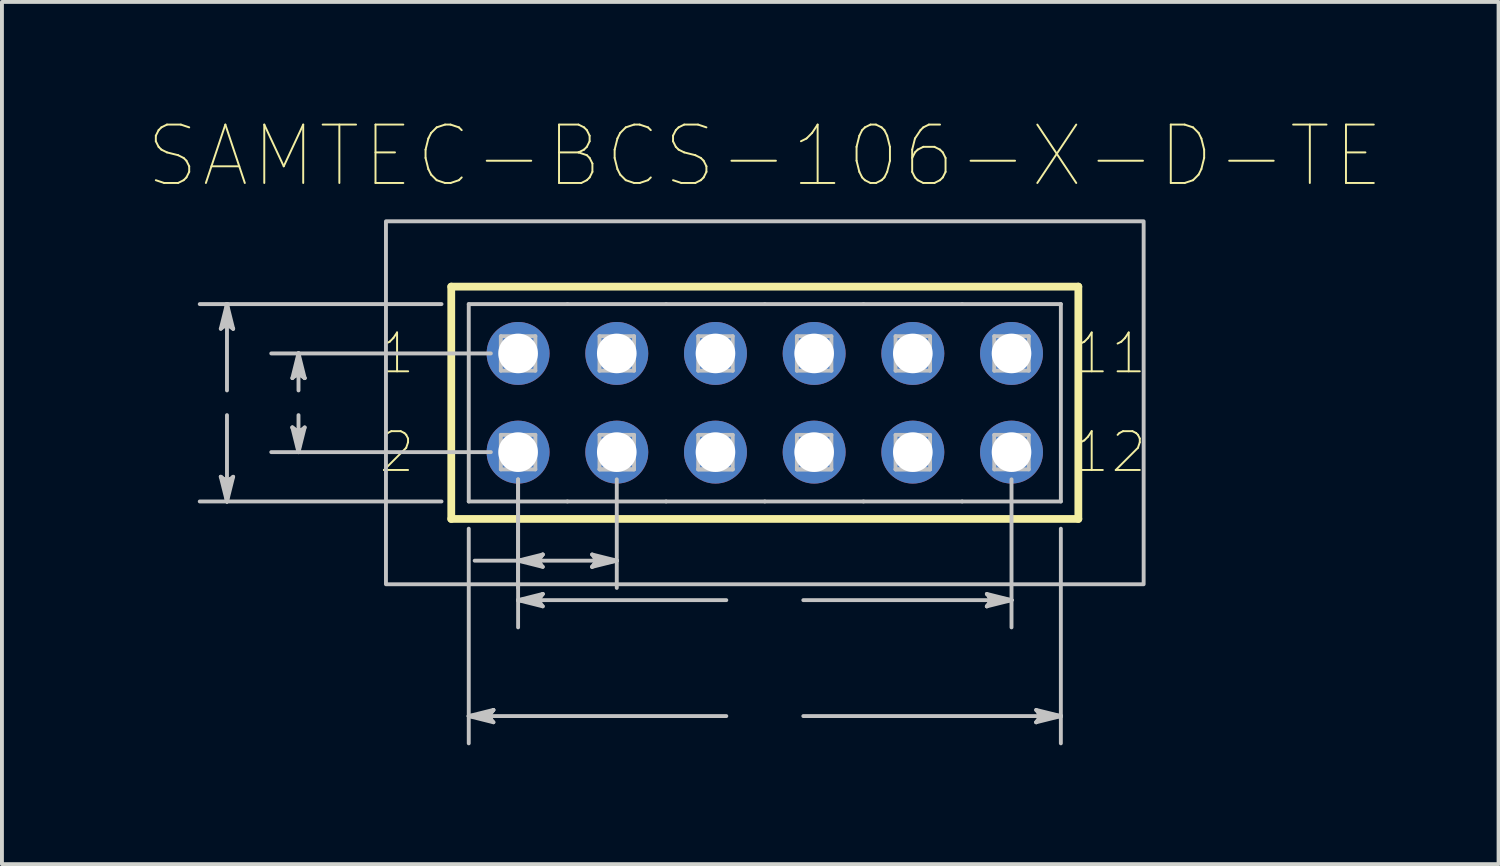
<source format=kicad_pcb>
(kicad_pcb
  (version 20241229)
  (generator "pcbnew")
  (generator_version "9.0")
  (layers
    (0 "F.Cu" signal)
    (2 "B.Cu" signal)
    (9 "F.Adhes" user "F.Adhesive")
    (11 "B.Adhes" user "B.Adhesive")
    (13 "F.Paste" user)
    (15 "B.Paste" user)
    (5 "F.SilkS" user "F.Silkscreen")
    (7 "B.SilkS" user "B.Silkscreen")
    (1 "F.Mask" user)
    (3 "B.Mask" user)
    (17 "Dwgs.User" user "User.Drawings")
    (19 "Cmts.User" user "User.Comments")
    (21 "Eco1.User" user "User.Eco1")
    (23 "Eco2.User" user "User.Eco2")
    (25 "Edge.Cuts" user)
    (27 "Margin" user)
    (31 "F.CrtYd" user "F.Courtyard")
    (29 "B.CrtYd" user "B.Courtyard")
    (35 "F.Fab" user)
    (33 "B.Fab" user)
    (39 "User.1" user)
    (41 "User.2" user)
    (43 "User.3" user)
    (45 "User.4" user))
  (footprint "SAMTEC-BCS-106-X-D-TE"
    (layer "F.Cu")
    (at 16.635 7.317)
    (property "Reference" "SAMTEC-BCS-106-X-D-TE" (at 0 -6.35 0) (layer "F.SilkS") (effects (font (size 1.503 1.503) (thickness 0.05))))
    (attr through_hole)
    (fp_circle (center -6.35 -1.27) (end -5.489 -1.27) (stroke (width 0) (type solid)) (fill yes) (layer "F.Mask"))
    (fp_circle (center -6.35 1.27) (end -5.489 1.27) (stroke (width 0) (type solid)) (fill yes) (layer "F.Mask"))
    (fp_circle (center -3.81 -1.27) (end -2.949 -1.27) (stroke (width 0) (type solid)) (fill yes) (layer "F.Mask"))
    (fp_circle (center -3.81 1.27) (end -2.949 1.27) (stroke (width 0) (type solid)) (fill yes) (layer "F.Mask"))
    (fp_circle (center -1.27 -1.27) (end -0.409 -1.27) (stroke (width 0) (type solid)) (fill yes) (layer "F.Mask"))
    (fp_circle (center -1.27 1.27) (end -0.409 1.27) (stroke (width 0) (type solid)) (fill yes) (layer "F.Mask"))
    (fp_circle (center 1.27 -1.27) (end 2.131 -1.27) (stroke (width 0) (type solid)) (fill yes) (layer "F.Mask"))
    (fp_circle (center 1.27 1.27) (end 2.131 1.27) (stroke (width 0) (type solid)) (fill yes) (layer "F.Mask"))
    (fp_circle (center 3.81 -1.27) (end 4.671 -1.27) (stroke (width 0) (type solid)) (fill yes) (layer "F.Mask"))
    (fp_circle (center 3.81 1.27) (end 4.671 1.27) (stroke (width 0) (type solid)) (fill yes) (layer "F.Mask"))
    (fp_circle (center 6.35 -1.27) (end 7.211 -1.27) (stroke (width 0) (type solid)) (fill yes) (layer "F.Mask"))
    (fp_circle (center 6.35 1.27) (end 7.211 1.27) (stroke (width 0) (type solid)) (fill yes) (layer "F.Mask"))
    (fp_circle (center -6.35 -1.27) (end -5.489 -1.27) (stroke (width 0) (type solid)) (fill yes) (layer "B.Mask"))
    (fp_circle (center -6.35 1.27) (end -5.489 1.27) (stroke (width 0) (type solid)) (fill yes) (layer "B.Mask"))
    (fp_circle (center -3.81 -1.27) (end -2.949 -1.27) (stroke (width 0) (type solid)) (fill yes) (layer "B.Mask"))
    (fp_circle (center -3.81 1.27) (end -2.949 1.27) (stroke (width 0) (type solid)) (fill yes) (layer "B.Mask"))
    (fp_circle (center -1.27 -1.27) (end -0.409 -1.27) (stroke (width 0) (type solid)) (fill yes) (layer "B.Mask"))
    (fp_circle (center -1.27 1.27) (end -0.409 1.27) (stroke (width 0) (type solid)) (fill yes) (layer "B.Mask"))
    (fp_circle (center 1.27 -1.27) (end 2.131 -1.27) (stroke (width 0) (type solid)) (fill yes) (layer "B.Mask"))
    (fp_circle (center 1.27 1.27) (end 2.131 1.27) (stroke (width 0) (type solid)) (fill yes) (layer "B.Mask"))
    (fp_circle (center 3.81 -1.27) (end 4.671 -1.27) (stroke (width 0) (type solid)) (fill yes) (layer "B.Mask"))
    (fp_circle (center 3.81 1.27) (end 4.671 1.27) (stroke (width 0) (type solid)) (fill yes) (layer "B.Mask"))
    (fp_circle (center 6.35 -1.27) (end 7.211 -1.27) (stroke (width 0) (type solid)) (fill yes) (layer "B.Mask"))
    (fp_circle (center 6.35 1.27) (end 7.211 1.27) (stroke (width 0) (type solid)) (fill yes) (layer "B.Mask"))
    (fp_line (start -8.07 -2.99) (end -8.07 2.99) (stroke (width 0.2) (type solid)) (layer "F.SilkS"))
    (fp_line (start -8.07 2.99) (end 8.07 2.99) (stroke (width 0.2) (type solid)) (layer "F.SilkS"))
    (fp_line (start 8.07 -2.99) (end -8.07 -2.99) (stroke (width 0.2) (type solid)) (layer "F.SilkS"))
    (fp_line (start 8.07 2.99) (end 8.07 -2.99) (stroke (width 0.2) (type solid)) (layer "F.SilkS"))
    (fp_line (start -14.002 -1.905) (end -13.843 -2.032) (stroke (width 0.1) (type solid)) (layer "Dwgs.User"))
    (fp_line (start -14.002 1.905) (end -13.843 2.54) (stroke (width 0.1) (type solid)) (layer "Dwgs.User"))
    (fp_line (start -13.922 -1.968) (end -13.843 -2.032) (stroke (width 0.1) (type solid)) (layer "Dwgs.User"))
    (fp_line (start -13.922 1.968) (end -14.002 1.905) (stroke (width 0.1) (type solid)) (layer "Dwgs.User"))
    (fp_line (start -13.843 -2.54) (end -14.002 -1.905) (stroke (width 0.1) (type solid)) (layer "Dwgs.User"))
    (fp_line (start -13.843 -2.54) (end -13.922 -1.968) (stroke (width 0.1) (type solid)) (layer "Dwgs.User"))
    (fp_line (start -13.843 -2.54) (end -13.764 -1.968) (stroke (width 0.1) (type solid)) (layer "Dwgs.User"))
    (fp_line (start -13.843 -2.032) (end -13.843 -2.54) (stroke (width 0.1) (type solid)) (layer "Dwgs.User"))
    (fp_line (start -13.843 -2.032) (end -13.684 -1.905) (stroke (width 0.1) (type solid)) (layer "Dwgs.User"))
    (fp_line (start -13.843 -0.318) (end -13.843 -2.54) (stroke (width 0.1) (type solid)) (layer "Dwgs.User"))
    (fp_line (start -13.843 0.318) (end -13.843 2.54) (stroke (width 0.1) (type solid)) (layer "Dwgs.User"))
    (fp_line (start -13.843 2.032) (end -14.002 1.905) (stroke (width 0.1) (type solid)) (layer "Dwgs.User"))
    (fp_line (start -13.843 2.032) (end -13.843 2.54) (stroke (width 0.1) (type solid)) (layer "Dwgs.User"))
    (fp_line (start -13.843 2.54) (end -13.922 1.968) (stroke (width 0.1) (type solid)) (layer "Dwgs.User"))
    (fp_line (start -13.843 2.54) (end -13.764 1.968) (stroke (width 0.1) (type solid)) (layer "Dwgs.User"))
    (fp_line (start -13.843 2.54) (end -13.684 1.905) (stroke (width 0.1) (type solid)) (layer "Dwgs.User"))
    (fp_line (start -13.764 -1.968) (end -13.684 -1.905) (stroke (width 0.1) (type solid)) (layer "Dwgs.User"))
    (fp_line (start -13.764 1.968) (end -13.843 2.032) (stroke (width 0.1) (type solid)) (layer "Dwgs.User"))
    (fp_line (start -13.684 -1.905) (end -13.843 -2.54) (stroke (width 0.1) (type solid)) (layer "Dwgs.User"))
    (fp_line (start -13.684 1.905) (end -13.843 2.032) (stroke (width 0.1) (type solid)) (layer "Dwgs.User"))
    (fp_line (start -12.16 -0.635) (end -12.002 -0.762) (stroke (width 0.1) (type solid)) (layer "Dwgs.User"))
    (fp_line (start -12.16 0.635) (end -12.002 1.27) (stroke (width 0.1) (type solid)) (layer "Dwgs.User"))
    (fp_line (start -12.081 -0.698) (end -12.002 -0.762) (stroke (width 0.1) (type solid)) (layer "Dwgs.User"))
    (fp_line (start -12.081 0.698) (end -12.16 0.635) (stroke (width 0.1) (type solid)) (layer "Dwgs.User"))
    (fp_line (start -12.002 -1.27) (end -12.16 -0.635) (stroke (width 0.1) (type solid)) (layer "Dwgs.User"))
    (fp_line (start -12.002 -1.27) (end -12.081 -0.698) (stroke (width 0.1) (type solid)) (layer "Dwgs.User"))
    (fp_line (start -12.002 -1.27) (end -11.922 -0.698) (stroke (width 0.1) (type solid)) (layer "Dwgs.User"))
    (fp_line (start -12.002 -0.762) (end -12.002 -1.27) (stroke (width 0.1) (type solid)) (layer "Dwgs.User"))
    (fp_line (start -12.002 -0.762) (end -11.843 -0.635) (stroke (width 0.1) (type solid)) (layer "Dwgs.User"))
    (fp_line (start -12.002 -0.318) (end -12.002 -1.27) (stroke (width 0.1) (type solid)) (layer "Dwgs.User"))
    (fp_line (start -12.002 0.318) (end -12.002 1.27) (stroke (width 0.1) (type solid)) (layer "Dwgs.User"))
    (fp_line (start -12.002 0.762) (end -12.16 0.635) (stroke (width 0.1) (type solid)) (layer "Dwgs.User"))
    (fp_line (start -12.002 0.762) (end -12.002 1.27) (stroke (width 0.1) (type solid)) (layer "Dwgs.User"))
    (fp_line (start -12.002 1.27) (end -12.081 0.698) (stroke (width 0.1) (type solid)) (layer "Dwgs.User"))
    (fp_line (start -12.002 1.27) (end -11.922 0.698) (stroke (width 0.1) (type solid)) (layer "Dwgs.User"))
    (fp_line (start -12.002 1.27) (end -11.843 0.635) (stroke (width 0.1) (type solid)) (layer "Dwgs.User"))
    (fp_line (start -11.922 -0.698) (end -11.843 -0.635) (stroke (width 0.1) (type solid)) (layer "Dwgs.User"))
    (fp_line (start -11.922 0.698) (end -12.002 0.762) (stroke (width 0.1) (type solid)) (layer "Dwgs.User"))
    (fp_line (start -11.843 -0.635) (end -12.002 -1.27) (stroke (width 0.1) (type solid)) (layer "Dwgs.User"))
    (fp_line (start -11.843 0.635) (end -12.002 0.762) (stroke (width 0.1) (type solid)) (layer "Dwgs.User"))
    (fp_line (start -8.321 -2.54) (end -14.544 -2.54) (stroke (width 0.1) (type solid)) (layer "Dwgs.User"))
    (fp_line (start -8.321 2.54) (end -14.544 2.54) (stroke (width 0.1) (type solid)) (layer "Dwgs.User"))
    (fp_line (start -7.62 -2.54) (end -5.08 -2.54) (stroke (width 0.1) (type solid)) (layer "Dwgs.User"))
    (fp_line (start -7.62 2.54) (end -7.62 -2.54) (stroke (width 0.1) (type solid)) (layer "Dwgs.User"))
    (fp_line (start -7.62 3.241) (end -7.62 8.766) (stroke (width 0.1) (type solid)) (layer "Dwgs.User"))
    (fp_line (start -7.62 8.064) (end -7.048 7.985) (stroke (width 0.1) (type solid)) (layer "Dwgs.User"))
    (fp_line (start -7.62 8.064) (end -7.048 8.144) (stroke (width 0.1) (type solid)) (layer "Dwgs.User"))
    (fp_line (start -7.62 8.064) (end -6.985 8.223) (stroke (width 0.1) (type solid)) (layer "Dwgs.User"))
    (fp_line (start -7.468 4.064) (end -6.35 4.064) (stroke (width 0.1) (type solid)) (layer "Dwgs.User"))
    (fp_line (start -7.112 8.064) (end -7.62 8.064) (stroke (width 0.1) (type solid)) (layer "Dwgs.User"))
    (fp_line (start -7.112 8.064) (end -6.985 7.906) (stroke (width 0.1) (type solid)) (layer "Dwgs.User"))
    (fp_line (start -7.051 -1.27) (end -12.703 -1.27) (stroke (width 0.1) (type solid)) (layer "Dwgs.User"))
    (fp_line (start -7.051 1.27) (end -12.703 1.27) (stroke (width 0.1) (type solid)) (layer "Dwgs.User"))
    (fp_line (start -7.048 7.985) (end -6.985 7.906) (stroke (width 0.1) (type solid)) (layer "Dwgs.User"))
    (fp_line (start -7.048 8.144) (end -7.112 8.064) (stroke (width 0.1) (type solid)) (layer "Dwgs.User"))
    (fp_line (start -6.985 7.906) (end -7.62 8.064) (stroke (width 0.1) (type solid)) (layer "Dwgs.User"))
    (fp_line (start -6.985 8.223) (end -7.112 8.064) (stroke (width 0.1) (type solid)) (layer "Dwgs.User"))
    (fp_line (start -6.794 -1.714) (end -5.906 -1.714) (stroke (width 0.1) (type solid)) (layer "Dwgs.User"))
    (fp_line (start -6.794 -0.826) (end -6.794 -1.714) (stroke (width 0.1) (type solid)) (layer "Dwgs.User"))
    (fp_line (start -6.794 0.826) (end -6.794 1.714) (stroke (width 0.1) (type solid)) (layer "Dwgs.User"))
    (fp_line (start -6.794 1.714) (end -5.906 1.714) (stroke (width 0.1) (type solid)) (layer "Dwgs.User"))
    (fp_line (start -6.35 1.971) (end -6.35 4.765) (stroke (width 0.1) (type solid)) (layer "Dwgs.User"))
    (fp_line (start -6.35 1.971) (end -6.35 5.781) (stroke (width 0.1) (type solid)) (layer "Dwgs.User"))
    (fp_line (start -6.35 4.064) (end -5.778 3.985) (stroke (width 0.1) (type solid)) (layer "Dwgs.User"))
    (fp_line (start -6.35 4.064) (end -5.778 4.143) (stroke (width 0.1) (type solid)) (layer "Dwgs.User"))
    (fp_line (start -6.35 4.064) (end -5.715 4.223) (stroke (width 0.1) (type solid)) (layer "Dwgs.User"))
    (fp_line (start -6.35 4.064) (end -3.81 4.064) (stroke (width 0.1) (type solid)) (layer "Dwgs.User"))
    (fp_line (start -6.35 5.08) (end -5.778 5.001) (stroke (width 0.1) (type solid)) (layer "Dwgs.User"))
    (fp_line (start -6.35 5.08) (end -5.778 5.159) (stroke (width 0.1) (type solid)) (layer "Dwgs.User"))
    (fp_line (start -6.35 5.08) (end -5.715 5.239) (stroke (width 0.1) (type solid)) (layer "Dwgs.User"))
    (fp_line (start -5.906 -1.714) (end -5.906 -0.826) (stroke (width 0.1) (type solid)) (layer "Dwgs.User"))
    (fp_line (start -5.906 -0.826) (end -6.794 -0.826) (stroke (width 0.1) (type solid)) (layer "Dwgs.User"))
    (fp_line (start -5.906 0.826) (end -6.794 0.826) (stroke (width 0.1) (type solid)) (layer "Dwgs.User"))
    (fp_line (start -5.906 1.714) (end -5.906 0.826) (stroke (width 0.1) (type solid)) (layer "Dwgs.User"))
    (fp_line (start -5.842 4.064) (end -6.35 4.064) (stroke (width 0.1) (type solid)) (layer "Dwgs.User"))
    (fp_line (start -5.842 4.064) (end -5.715 3.905) (stroke (width 0.1) (type solid)) (layer "Dwgs.User"))
    (fp_line (start -5.842 5.08) (end -6.35 5.08) (stroke (width 0.1) (type solid)) (layer "Dwgs.User"))
    (fp_line (start -5.842 5.08) (end -5.715 4.921) (stroke (width 0.1) (type solid)) (layer "Dwgs.User"))
    (fp_line (start -5.778 3.985) (end -5.715 3.905) (stroke (width 0.1) (type solid)) (layer "Dwgs.User"))
    (fp_line (start -5.778 4.143) (end -5.842 4.064) (stroke (width 0.1) (type solid)) (layer "Dwgs.User"))
    (fp_line (start -5.778 5.001) (end -5.715 4.921) (stroke (width 0.1) (type solid)) (layer "Dwgs.User"))
    (fp_line (start -5.778 5.159) (end -5.842 5.08) (stroke (width 0.1) (type solid)) (layer "Dwgs.User"))
    (fp_line (start -5.715 3.905) (end -6.35 4.064) (stroke (width 0.1) (type solid)) (layer "Dwgs.User"))
    (fp_line (start -5.715 4.223) (end -5.842 4.064) (stroke (width 0.1) (type solid)) (layer "Dwgs.User"))
    (fp_line (start -5.715 4.921) (end -6.35 5.08) (stroke (width 0.1) (type solid)) (layer "Dwgs.User"))
    (fp_line (start -5.715 5.239) (end -5.842 5.08) (stroke (width 0.1) (type solid)) (layer "Dwgs.User"))
    (fp_line (start -5.08 2.54) (end -7.62 2.54) (stroke (width 0.1) (type solid)) (layer "Dwgs.User"))
    (fp_line (start -5.08 2.54) (end -2.54 2.54) (stroke (width 0.1) (type solid)) (layer "Dwgs.User"))
    (fp_line (start -4.445 3.905) (end -4.318 4.064) (stroke (width 0.1) (type solid)) (layer "Dwgs.User"))
    (fp_line (start -4.445 4.223) (end -3.81 4.064) (stroke (width 0.1) (type solid)) (layer "Dwgs.User"))
    (fp_line (start -4.382 3.985) (end -4.318 4.064) (stroke (width 0.1) (type solid)) (layer "Dwgs.User"))
    (fp_line (start -4.382 4.143) (end -4.445 4.223) (stroke (width 0.1) (type solid)) (layer "Dwgs.User"))
    (fp_line (start -4.318 4.064) (end -4.445 4.223) (stroke (width 0.1) (type solid)) (layer "Dwgs.User"))
    (fp_line (start -4.318 4.064) (end -3.81 4.064) (stroke (width 0.1) (type solid)) (layer "Dwgs.User"))
    (fp_line (start -4.254 -1.714) (end -4.254 -0.826) (stroke (width 0.1) (type solid)) (layer "Dwgs.User"))
    (fp_line (start -4.254 -0.826) (end -3.366 -0.826) (stroke (width 0.1) (type solid)) (layer "Dwgs.User"))
    (fp_line (start -4.254 0.826) (end -4.254 1.714) (stroke (width 0.1) (type solid)) (layer "Dwgs.User"))
    (fp_line (start -4.254 1.714) (end -3.366 1.714) (stroke (width 0.1) (type solid)) (layer "Dwgs.User"))
    (fp_line (start -3.81 1.971) (end -3.81 4.765) (stroke (width 0.1) (type solid)) (layer "Dwgs.User"))
    (fp_line (start -3.81 4.064) (end -4.445 3.905) (stroke (width 0.1) (type solid)) (layer "Dwgs.User"))
    (fp_line (start -3.81 4.064) (end -4.382 3.985) (stroke (width 0.1) (type solid)) (layer "Dwgs.User"))
    (fp_line (start -3.81 4.064) (end -4.382 4.143) (stroke (width 0.1) (type solid)) (layer "Dwgs.User"))
    (fp_line (start -3.366 -1.714) (end -4.254 -1.714) (stroke (width 0.1) (type solid)) (layer "Dwgs.User"))
    (fp_line (start -3.366 -0.826) (end -3.366 -1.714) (stroke (width 0.1) (type solid)) (layer "Dwgs.User"))
    (fp_line (start -3.366 0.826) (end -4.254 0.826) (stroke (width 0.1) (type solid)) (layer "Dwgs.User"))
    (fp_line (start -3.366 1.714) (end -4.254 1.714) (stroke (width 0.1) (type solid)) (layer "Dwgs.User"))
    (fp_line (start -3.366 1.714) (end -3.366 0.826) (stroke (width 0.1) (type solid)) (layer "Dwgs.User"))
    (fp_line (start -2.54 -2.54) (end -5.08 -2.54) (stroke (width 0.1) (type solid)) (layer "Dwgs.User"))
    (fp_line (start -2.54 2.54) (end 0 2.54) (stroke (width 0.1) (type solid)) (layer "Dwgs.User"))
    (fp_line (start -1.714 -1.714) (end -1.714 -0.826) (stroke (width 0.1) (type solid)) (layer "Dwgs.User"))
    (fp_line (start -1.714 -0.826) (end -0.826 -0.826) (stroke (width 0.1) (type solid)) (layer "Dwgs.User"))
    (fp_line (start -1.714 0.826) (end -1.714 1.714) (stroke (width 0.1) (type solid)) (layer "Dwgs.User"))
    (fp_line (start -1.714 1.714) (end -0.826 1.714) (stroke (width 0.1) (type solid)) (layer "Dwgs.User"))
    (fp_line (start -0.991 5.08) (end -6.35 5.08) (stroke (width 0.1) (type solid)) (layer "Dwgs.User"))
    (fp_line (start -0.991 8.064) (end -7.62 8.064) (stroke (width 0.1) (type solid)) (layer "Dwgs.User"))
    (fp_line (start -0.826 -1.714) (end -1.714 -1.714) (stroke (width 0.1) (type solid)) (layer "Dwgs.User"))
    (fp_line (start -0.826 -0.826) (end -0.826 -1.714) (stroke (width 0.1) (type solid)) (layer "Dwgs.User"))
    (fp_line (start -0.826 0.826) (end -1.714 0.826) (stroke (width 0.1) (type solid)) (layer "Dwgs.User"))
    (fp_line (start -0.826 1.714) (end -1.714 1.714) (stroke (width 0.1) (type solid)) (layer "Dwgs.User"))
    (fp_line (start -0.826 1.714) (end -0.826 0.826) (stroke (width 0.1) (type solid)) (layer "Dwgs.User"))
    (fp_line (start 0 -2.54) (end -2.54 -2.54) (stroke (width 0.1) (type solid)) (layer "Dwgs.User"))
    (fp_line (start 0 2.54) (end 2.54 2.54) (stroke (width 0.1) (type solid)) (layer "Dwgs.User"))
    (fp_line (start 0.826 -1.714) (end 0.826 -0.826) (stroke (width 0.1) (type solid)) (layer "Dwgs.User"))
    (fp_line (start 0.826 -0.826) (end 1.714 -0.826) (stroke (width 0.1) (type solid)) (layer "Dwgs.User"))
    (fp_line (start 0.826 0.826) (end 0.826 1.714) (stroke (width 0.1) (type solid)) (layer "Dwgs.User"))
    (fp_line (start 0.826 1.714) (end 1.714 1.714) (stroke (width 0.1) (type solid)) (layer "Dwgs.User"))
    (fp_line (start 0.991 5.08) (end 6.35 5.08) (stroke (width 0.1) (type solid)) (layer "Dwgs.User"))
    (fp_line (start 0.991 8.064) (end 7.62 8.064) (stroke (width 0.1) (type solid)) (layer "Dwgs.User"))
    (fp_line (start 1.714 -1.714) (end 0.826 -1.714) (stroke (width 0.1) (type solid)) (layer "Dwgs.User"))
    (fp_line (start 1.714 -0.826) (end 1.714 -1.714) (stroke (width 0.1) (type solid)) (layer "Dwgs.User"))
    (fp_line (start 1.714 0.826) (end 0.826 0.826) (stroke (width 0.1) (type solid)) (layer "Dwgs.User"))
    (fp_line (start 1.714 1.714) (end 0.826 1.714) (stroke (width 0.1) (type solid)) (layer "Dwgs.User"))
    (fp_line (start 1.714 1.714) (end 1.714 0.826) (stroke (width 0.1) (type solid)) (layer "Dwgs.User"))
    (fp_line (start 2.54 -2.54) (end 0 -2.54) (stroke (width 0.1) (type solid)) (layer "Dwgs.User"))
    (fp_line (start 2.54 2.54) (end 5.08 2.54) (stroke (width 0.1) (type solid)) (layer "Dwgs.User"))
    (fp_line (start 3.366 -1.714) (end 3.366 -0.826) (stroke (width 0.1) (type solid)) (layer "Dwgs.User"))
    (fp_line (start 3.366 -0.826) (end 4.254 -0.826) (stroke (width 0.1) (type solid)) (layer "Dwgs.User"))
    (fp_line (start 3.366 0.826) (end 3.366 1.714) (stroke (width 0.1) (type solid)) (layer "Dwgs.User"))
    (fp_line (start 3.366 1.714) (end 4.254 1.714) (stroke (width 0.1) (type solid)) (layer "Dwgs.User"))
    (fp_line (start 4.254 -1.714) (end 3.366 -1.714) (stroke (width 0.1) (type solid)) (layer "Dwgs.User"))
    (fp_line (start 4.254 -0.826) (end 4.254 -1.714) (stroke (width 0.1) (type solid)) (layer "Dwgs.User"))
    (fp_line (start 4.254 0.826) (end 3.366 0.826) (stroke (width 0.1) (type solid)) (layer "Dwgs.User"))
    (fp_line (start 4.254 1.714) (end 3.366 1.714) (stroke (width 0.1) (type solid)) (layer "Dwgs.User"))
    (fp_line (start 4.254 1.714) (end 4.254 0.826) (stroke (width 0.1) (type solid)) (layer "Dwgs.User"))
    (fp_line (start 5.08 -2.54) (end 2.54 -2.54) (stroke (width 0.1) (type solid)) (layer "Dwgs.User"))
    (fp_line (start 5.08 2.54) (end 7.62 2.54) (stroke (width 0.1) (type solid)) (layer "Dwgs.User"))
    (fp_line (start 5.715 4.921) (end 5.842 5.08) (stroke (width 0.1) (type solid)) (layer "Dwgs.User"))
    (fp_line (start 5.715 5.239) (end 6.35 5.08) (stroke (width 0.1) (type solid)) (layer "Dwgs.User"))
    (fp_line (start 5.778 5.001) (end 5.842 5.08) (stroke (width 0.1) (type solid)) (layer "Dwgs.User"))
    (fp_line (start 5.778 5.159) (end 5.715 5.239) (stroke (width 0.1) (type solid)) (layer "Dwgs.User"))
    (fp_line (start 5.842 5.08) (end 5.715 5.239) (stroke (width 0.1) (type solid)) (layer "Dwgs.User"))
    (fp_line (start 5.842 5.08) (end 6.35 5.08) (stroke (width 0.1) (type solid)) (layer "Dwgs.User"))
    (fp_line (start 5.906 -1.714) (end 5.906 -0.826) (stroke (width 0.1) (type solid)) (layer "Dwgs.User"))
    (fp_line (start 5.906 -0.826) (end 6.794 -0.826) (stroke (width 0.1) (type solid)) (layer "Dwgs.User"))
    (fp_line (start 5.906 0.826) (end 5.906 1.714) (stroke (width 0.1) (type solid)) (layer "Dwgs.User"))
    (fp_line (start 5.906 1.714) (end 6.794 1.714) (stroke (width 0.1) (type solid)) (layer "Dwgs.User"))
    (fp_line (start 6.35 1.971) (end 6.35 5.781) (stroke (width 0.1) (type solid)) (layer "Dwgs.User"))
    (fp_line (start 6.35 5.08) (end 5.715 4.921) (stroke (width 0.1) (type solid)) (layer "Dwgs.User"))
    (fp_line (start 6.35 5.08) (end 5.778 5.001) (stroke (width 0.1) (type solid)) (layer "Dwgs.User"))
    (fp_line (start 6.35 5.08) (end 5.778 5.159) (stroke (width 0.1) (type solid)) (layer "Dwgs.User"))
    (fp_line (start 6.794 -1.714) (end 5.906 -1.714) (stroke (width 0.1) (type solid)) (layer "Dwgs.User"))
    (fp_line (start 6.794 -0.826) (end 6.794 -1.714) (stroke (width 0.1) (type solid)) (layer "Dwgs.User"))
    (fp_line (start 6.794 0.826) (end 5.906 0.826) (stroke (width 0.1) (type solid)) (layer "Dwgs.User"))
    (fp_line (start 6.794 1.714) (end 6.794 0.826) (stroke (width 0.1) (type solid)) (layer "Dwgs.User"))
    (fp_line (start 6.985 7.906) (end 7.112 8.064) (stroke (width 0.1) (type solid)) (layer "Dwgs.User"))
    (fp_line (start 6.985 8.223) (end 7.62 8.064) (stroke (width 0.1) (type solid)) (layer "Dwgs.User"))
    (fp_line (start 7.048 7.985) (end 7.112 8.064) (stroke (width 0.1) (type solid)) (layer "Dwgs.User"))
    (fp_line (start 7.048 8.144) (end 6.985 8.223) (stroke (width 0.1) (type solid)) (layer "Dwgs.User"))
    (fp_line (start 7.112 8.064) (end 6.985 8.223) (stroke (width 0.1) (type solid)) (layer "Dwgs.User"))
    (fp_line (start 7.112 8.064) (end 7.62 8.064) (stroke (width 0.1) (type solid)) (layer "Dwgs.User"))
    (fp_line (start 7.62 -2.54) (end 5.08 -2.54) (stroke (width 0.1) (type solid)) (layer "Dwgs.User"))
    (fp_line (start 7.62 2.54) (end 7.62 -2.54) (stroke (width 0.1) (type solid)) (layer "Dwgs.User"))
    (fp_line (start 7.62 3.241) (end 7.62 8.766) (stroke (width 0.1) (type solid)) (layer "Dwgs.User"))
    (fp_line (start 7.62 8.064) (end 6.985 7.906) (stroke (width 0.1) (type solid)) (layer "Dwgs.User"))
    (fp_line (start 7.62 8.064) (end 7.048 7.985) (stroke (width 0.1) (type solid)) (layer "Dwgs.User"))
    (fp_line (start 7.62 8.064) (end 7.048 8.144) (stroke (width 0.1) (type solid)) (layer "Dwgs.User"))
    (fp_poly (pts (xy -9.751 4.671) (xy -9.751 -4.671) (xy 9.751 -4.671) (xy 9.751 4.671) (xy -9.751 4.671)) (stroke (width 0.1) (type solid)) (fill no) (layer "Dwgs.User"))
    (fp_poly (pts (xy -7.67 2.59) (xy -7.67 -2.59) (xy 7.67 -2.59) (xy 7.67 2.59) (xy -7.67 2.59)) (stroke (width 0.1) (type solid)) (fill no) (layer "Eco1.User"))
    (fp_text user "11" (at 8.89 -1.27 0) (layer "F.SilkS") (effects (font (size 1 1) (thickness 0.05))))
    (fp_text user "1" (at -9.465 -1.27 0) (layer "F.SilkS") (effects (font (size 1 1) (thickness 0.05))))
    (fp_text user "12" (at 8.89 1.27 0) (layer "F.SilkS") (effects (font (size 1 1) (thickness 0.05))))
    (fp_text user "2" (at -9.468 1.27 0) (layer "F.SilkS") (effects (font (size 1 1) (thickness 0.05))))
    (fp_text user "15.240" (at -0.801 8.202 0) (layer "Edge.Cuts") (effects (font (size 1 1) (thickness 0.05))))
    (fp_text user "1" (at -9.456 -1.27 0) (layer "Edge.Cuts") (effects (font (size 1 1) (thickness 0.05))))
    (fp_text user "12" (at 8.89 1.27 0) (layer "Edge.Cuts") (effects (font (size 1 1) (thickness 0.05))))
    (fp_text user "5.080" (at -14.517 0.127 0) (layer "Edge.Cuts") (effects (font (size 1 1) (thickness 0.05))))
    (fp_text user "2.540" (at -9.003 4.202 0) (layer "Edge.Cuts") (effects (font (size 1 1) (thickness 0.05))))
    (fp_text user "2.540" (at -12.686 0.127 0) (layer "Edge.Cuts") (effects (font (size 1 1) (thickness 0.05))))
    (fp_text user "11" (at 8.89 -1.27 0) (layer "Edge.Cuts") (effects (font (size 1 1) (thickness 0.05))))
    (fp_text user "2" (at -9.46 1.27 0) (layer "Edge.Cuts") (effects (font (size 1 1) (thickness 0.05))))
    (fp_text user "12.700" (at -0.803 5.225 0) (layer "Edge.Cuts") (effects (font (size 1 1) (thickness 0.05))))
    (pad "1" thru_hole circle (at -6.35 -1.27) (size 1.62 1.62) (drill 1.02) (layers "*.Cu" "*.Mask"))
    (pad "2" thru_hole circle (at -6.35 1.27) (size 1.62 1.62) (drill 1.02) (layers "*.Cu" "*.Mask"))
    (pad "3" thru_hole circle (at -3.81 -1.27) (size 1.62 1.62) (drill 1.02) (layers "*.Cu" "*.Mask"))
    (pad "4" thru_hole circle (at -3.81 1.27) (size 1.62 1.62) (drill 1.02) (layers "*.Cu" "*.Mask"))
    (pad "5" thru_hole circle (at -1.27 -1.27) (size 1.62 1.62) (drill 1.02) (layers "*.Cu" "*.Mask"))
    (pad "6" thru_hole circle (at -1.27 1.27) (size 1.62 1.62) (drill 1.02) (layers "*.Cu" "*.Mask"))
    (pad "7" thru_hole circle (at 1.27 -1.27) (size 1.62 1.62) (drill 1.02) (layers "*.Cu" "*.Mask"))
    (pad "8" thru_hole circle (at 1.27 1.27) (size 1.62 1.62) (drill 1.02) (layers "*.Cu" "*.Mask"))
    (pad "9" thru_hole circle (at 3.81 -1.27) (size 1.62 1.62) (drill 1.02) (layers "*.Cu" "*.Mask"))
    (pad "10" thru_hole circle (at 3.81 1.27) (size 1.62 1.62) (drill 1.02) (layers "*.Cu" "*.Mask"))
    (pad "11" thru_hole circle (at 6.35 -1.27) (size 1.62 1.62) (drill 1.02) (layers "*.Cu" "*.Mask"))
    (pad "12" thru_hole circle (at 6.35 1.27) (size 1.62 1.62) (drill 1.02) (layers "*.Cu" "*.Mask")))
  (gr_rect
    (start -3 -3)
    (end 35.521 19.192)
    (stroke (width 0.1) (type default))
    (fill no)
    (layer "Edge.Cuts")))
</source>
